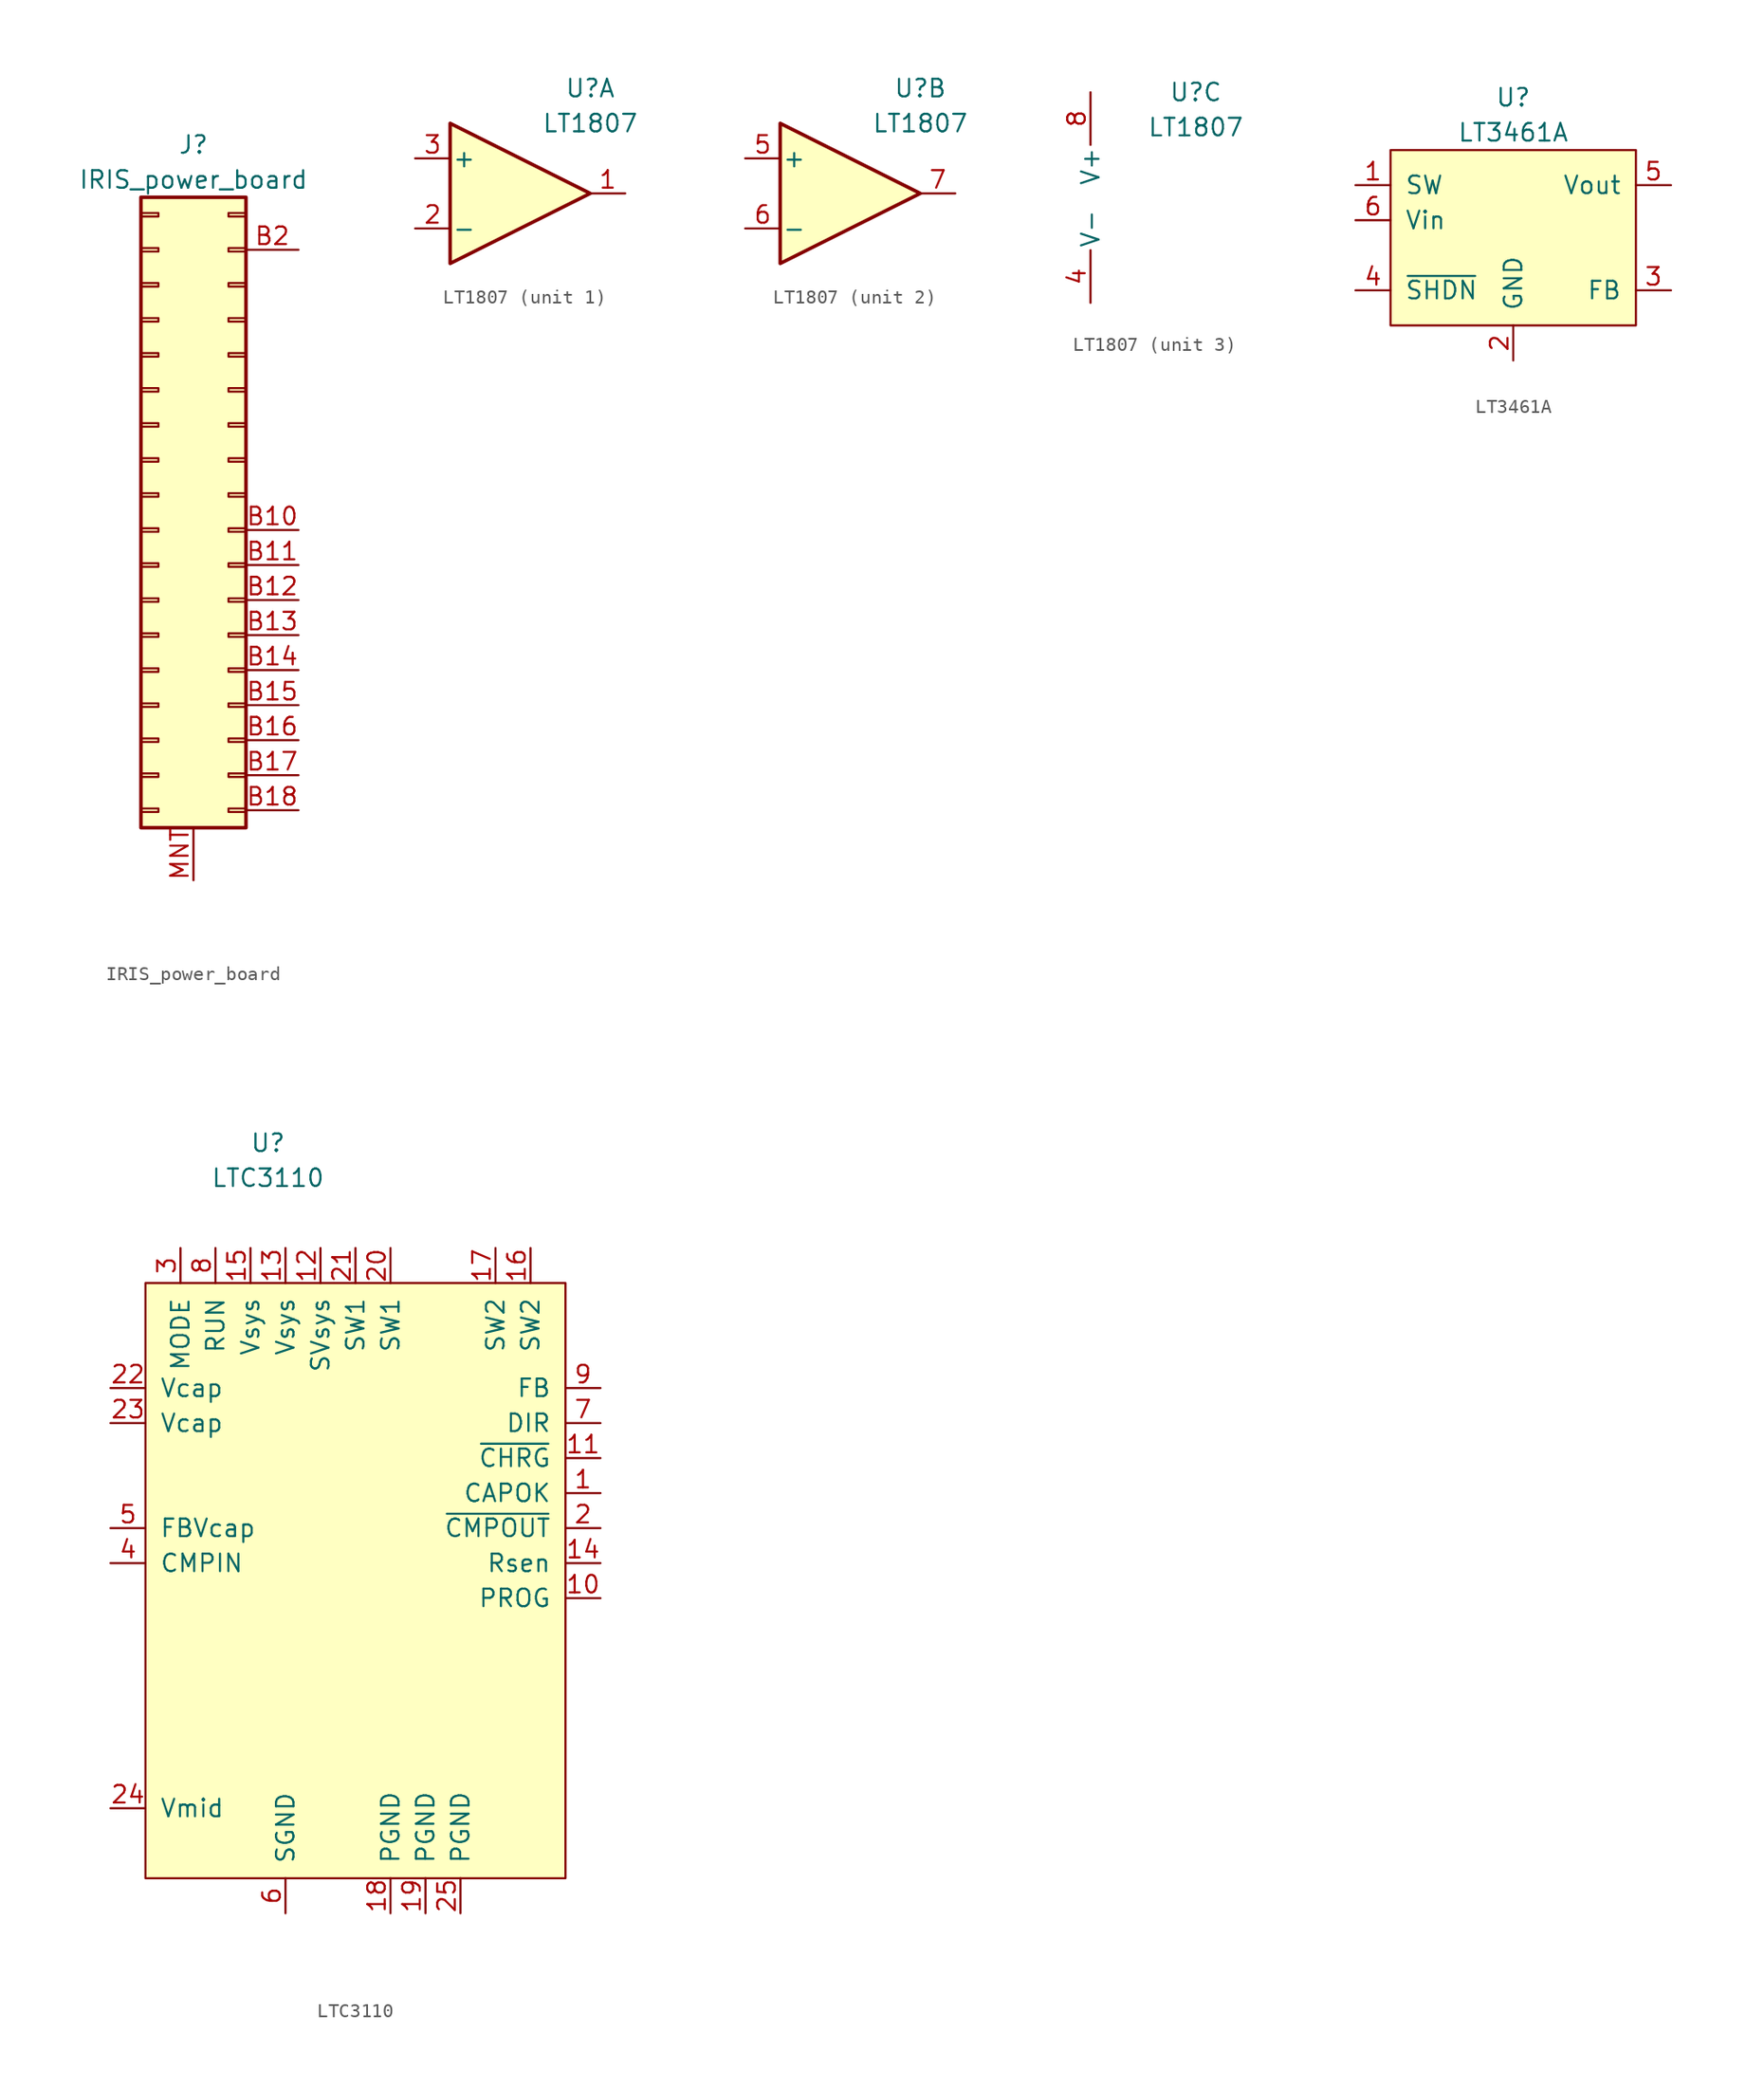
<source format=kicad_sym>
(kicad_symbol_lib
  (version 20211014)
  (generator kicad_symbol_editor)
  (symbol "IRIS_power_board"
    (pin_names
      (offset 1.016) hide)
    (property "Reference" "J"
      (at 0 26.67 0)
      (effects (font (size 1.27 1.27))))
    (property "Value" "IRIS_power_board"
      (at 0 24.13 0)
      (effects (font (size 1.27 1.27))))
    (symbol "IRIS_power_board_0_1"
      (rectangle (start -3.81 22.86) (end 3.81 -22.86) (stroke (width 0.254) (type default) (color 0 0 0 0)) (fill (type background))))
    (symbol "IRIS_power_board_1_1"
      (rectangle (start -3.81 -21.463) (end -2.54 -21.717) (stroke (width 0.152) (type default) (color 0 0 0 0)) (fill (type none)))
      (rectangle (start -3.81 -18.923) (end -2.54 -19.177) (stroke (width 0.152) (type default) (color 0 0 0 0)) (fill (type none)))
      (rectangle (start -3.81 -16.383) (end -2.54 -16.637) (stroke (width 0.152) (type default) (color 0 0 0 0)) (fill (type none)))
      (rectangle (start -3.81 -13.843) (end -2.54 -14.097) (stroke (width 0.152) (type default) (color 0 0 0 0)) (fill (type none)))
      (rectangle (start -3.81 -11.303) (end -2.54 -11.557) (stroke (width 0.152) (type default) (color 0 0 0 0)) (fill (type none)))
      (rectangle (start -3.81 -8.763) (end -2.54 -9.017) (stroke (width 0.152) (type default) (color 0 0 0 0)) (fill (type none)))
      (rectangle (start -3.81 -6.223) (end -2.54 -6.477) (stroke (width 0.152) (type default) (color 0 0 0 0)) (fill (type none)))
      (rectangle (start -3.81 -3.683) (end -2.54 -3.937) (stroke (width 0.152) (type default) (color 0 0 0 0)) (fill (type none)))
      (rectangle (start -3.81 -1.143) (end -2.54 -1.397) (stroke (width 0.152) (type default) (color 0 0 0 0)) (fill (type none)))
      (rectangle (start -3.81 1.397) (end -2.54 1.143) (stroke (width 0.152) (type default) (color 0 0 0 0)) (fill (type none)))
      (rectangle (start -3.81 3.937) (end -2.54 3.683) (stroke (width 0.152) (type default) (color 0 0 0 0)) (fill (type none)))
      (rectangle (start -3.81 6.477) (end -2.54 6.223) (stroke (width 0.152) (type default) (color 0 0 0 0)) (fill (type none)))
      (rectangle (start -3.81 9.017) (end -2.54 8.763) (stroke (width 0.152) (type default) (color 0 0 0 0)) (fill (type none)))
      (rectangle (start -3.81 11.557) (end -2.54 11.303) (stroke (width 0.152) (type default) (color 0 0 0 0)) (fill (type none)))
      (rectangle (start -3.81 14.097) (end -2.54 13.843) (stroke (width 0.152) (type default) (color 0 0 0 0)) (fill (type none)))
      (rectangle (start -3.81 16.637) (end -2.54 16.383) (stroke (width 0.152) (type default) (color 0 0 0 0)) (fill (type none)))
      (rectangle (start -3.81 19.177) (end -2.54 18.923) (stroke (width 0.152) (type default) (color 0 0 0 0)) (fill (type none)))
      (rectangle (start -3.81 21.717) (end -2.54 21.463) (stroke (width 0.152) (type default) (color 0 0 0 0)) (fill (type none)))
      (rectangle (start 3.81 -21.463) (end 2.54 -21.717) (stroke (width 0.152) (type default) (color 0 0 0 0)) (fill (type none)))
      (rectangle (start 3.81 -18.923) (end 2.54 -19.177) (stroke (width 0.152) (type default) (color 0 0 0 0)) (fill (type none)))
      (rectangle (start 3.81 -16.383) (end 2.54 -16.637) (stroke (width 0.152) (type default) (color 0 0 0 0)) (fill (type none)))
      (rectangle (start 3.81 -13.843) (end 2.54 -14.097) (stroke (width 0.152) (type default) (color 0 0 0 0)) (fill (type none)))
      (rectangle (start 3.81 -11.303) (end 2.54 -11.557) (stroke (width 0.152) (type default) (color 0 0 0 0)) (fill (type none)))
      (rectangle (start 3.81 -8.763) (end 2.54 -9.017) (stroke (width 0.152) (type default) (color 0 0 0 0)) (fill (type none)))
      (rectangle (start 3.81 -6.223) (end 2.54 -6.477) (stroke (width 0.152) (type default) (color 0 0 0 0)) (fill (type none)))
      (rectangle (start 3.81 -3.683) (end 2.54 -3.937) (stroke (width 0.152) (type default) (color 0 0 0 0)) (fill (type none)))
      (rectangle (start 3.81 -1.143) (end 2.54 -1.397) (stroke (width 0.152) (type default) (color 0 0 0 0)) (fill (type none)))
      (rectangle (start 3.81 1.397) (end 2.54 1.143) (stroke (width 0.152) (type default) (color 0 0 0 0)) (fill (type none)))
      (rectangle (start 3.81 3.937) (end 2.54 3.683) (stroke (width 0.152) (type default) (color 0 0 0 0)) (fill (type none)))
      (rectangle (start 3.81 6.477) (end 2.54 6.223) (stroke (width 0.152) (type default) (color 0 0 0 0)) (fill (type none)))
      (rectangle (start 3.81 9.017) (end 2.54 8.763) (stroke (width 0.152) (type default) (color 0 0 0 0)) (fill (type none)))
      (rectangle (start 3.81 11.557) (end 2.54 11.303) (stroke (width 0.152) (type default) (color 0 0 0 0)) (fill (type none)))
      (rectangle (start 3.81 14.097) (end 2.54 13.843) (stroke (width 0.152) (type default) (color 0 0 0 0)) (fill (type none)))
      (rectangle (start 3.81 16.637) (end 2.54 16.383) (stroke (width 0.152) (type default) (color 0 0 0 0)) (fill (type none)))
      (rectangle (start 3.81 19.177) (end 2.54 18.923) (stroke (width 0.152) (type default) (color 0 0 0 0)) (fill (type none)))
      (rectangle (start 3.81 21.717) (end 2.54 21.463) (stroke (width 0.152) (type default) (color 0 0 0 0)) (fill (type none)))
      (pin passive line (at 7.62 -1.27 180) (length 3.81) (name "Pin_b10" (effects (font (size 1.27 1.27)))) (number "B10" (effects (font (size 1.27 1.27)))))
      (pin passive line (at 7.62 -3.81 180) (length 3.81) (name "Pin_b11" (effects (font (size 1.27 1.27)))) (number "B11" (effects (font (size 1.27 1.27)))))
      (pin passive line (at 7.62 -6.35 180) (length 3.81) (name "Pin_b12" (effects (font (size 1.27 1.27)))) (number "B12" (effects (font (size 1.27 1.27)))))
      (pin passive line (at 7.62 -8.89 180) (length 3.81) (name "Pin_b13" (effects (font (size 1.27 1.27)))) (number "B13" (effects (font (size 1.27 1.27)))))
      (pin passive line (at 7.62 -11.43 180) (length 3.81) (name "Pin_b14" (effects (font (size 1.27 1.27)))) (number "B14" (effects (font (size 1.27 1.27)))))
      (pin passive line (at 7.62 -13.97 180) (length 3.81) (name "Pin_b15" (effects (font (size 1.27 1.27)))) (number "B15" (effects (font (size 1.27 1.27)))))
      (pin passive line (at 7.62 -16.51 180) (length 3.81) (name "Pin_b16" (effects (font (size 1.27 1.27)))) (number "B16" (effects (font (size 1.27 1.27)))))
      (pin passive line (at 7.62 -19.05 180) (length 3.81) (name "Pin_b17" (effects (font (size 1.27 1.27)))) (number "B17" (effects (font (size 1.27 1.27)))))
      (pin passive line (at 7.62 -21.59 180) (length 3.81) (name "Pin_b18" (effects (font (size 1.27 1.27)))) (number "B18" (effects (font (size 1.27 1.27)))))
      (pin passive line (at 7.62 19.05 180) (length 3.81) (name "Pin_b2" (effects (font (size 1.27 1.27)))) (number "B2" (effects (font (size 1.27 1.27)))))
      (pin input line (at 0 -26.67 90) (length 3.81) (name "~" (effects (font (size 1.27 1.27)))) (number "MNT" (effects (font (size 1.27 1.27)))))))
  (symbol "LT1807"
    (pin_names
      (offset 0.127))
    (property "Reference" "U"
      (at 5.08 7.62 0)
      (effects (font (size 1.27 1.27))))
    (property "Value" "LT1807"
      (at 5.08 5.08 0)
      (effects (font (size 1.27 1.27))))
    (property "ki_locked" ""
      (at 0 0 0)
      (effects (font (size 1.27 1.27))))
    (symbol "LT1807_1_1"
      (polyline (pts (xy -5.08 5.08) (xy -5.08 -5.08) (xy 5.08 0) (xy -5.08 5.08)) (stroke (width 0.254) (type default) (color 0 0 0 0)) (fill (type background)))
      (pin output line (at 7.62 0 180) (length 2.54) (name "~" (effects (font (size 1.27 1.27)))) (number "1" (effects (font (size 1.27 1.27)))))
      (pin input line (at -7.62 -2.54 0) (length 2.54) (name "-" (effects (font (size 1.27 1.27)))) (number "2" (effects (font (size 1.27 1.27)))))
      (pin input line (at -7.62 2.54 0) (length 2.54) (name "+" (effects (font (size 1.27 1.27)))) (number "3" (effects (font (size 1.27 1.27))))))
    (symbol "LT1807_2_1"
      (polyline (pts (xy -5.08 5.08) (xy -5.08 -5.08) (xy 5.08 0) (xy -5.08 5.08)) (stroke (width 0.254) (type default) (color 0 0 0 0)) (fill (type background)))
      (pin input line (at -7.62 2.54 0) (length 2.54) (name "+" (effects (font (size 1.27 1.27)))) (number "5" (effects (font (size 1.27 1.27)))))
      (pin input line (at -7.62 -2.54 0) (length 2.54) (name "-" (effects (font (size 1.27 1.27)))) (number "6" (effects (font (size 1.27 1.27)))))
      (pin output line (at 7.62 0 180) (length 2.54) (name "~" (effects (font (size 1.27 1.27)))) (number "7" (effects (font (size 1.27 1.27))))))
    (symbol "LT1807_3_1"
      (pin power_in line (at -2.54 -7.62 90) (length 3.81) (name "V-" (effects (font (size 1.27 1.27)))) (number "4" (effects (font (size 1.27 1.27)))))
      (pin power_in line (at -2.54 7.62 270) (length 3.81) (name "V+" (effects (font (size 1.27 1.27)))) (number "8" (effects (font (size 1.27 1.27)))))))
  (symbol "LT3461A"
    (pin_names
      (offset 1.016))
    (property "Reference" "U"
      (at 0 10.16 0)
      (effects (font (size 1.27 1.27))))
    (property "Value" "LT3461A"
      (at 0 7.62 0)
      (effects (font (size 1.27 1.27))))
    (symbol "LT3461A_0_1"
      (rectangle (start 8.89 -6.35) (end -8.89 6.35) (stroke (width 0) (type default) (color 0 0 0 0)) (fill (type background))))
    (symbol "LT3461A_1_1"
      (pin input line (at -11.43 3.81 0) (length 2.54) (name "SW" (effects (font (size 1.27 1.27)))) (number "1" (effects (font (size 1.27 1.27)))))
      (pin power_in line (at 0 -8.89 90) (length 2.54) (name "GND" (effects (font (size 1.27 1.27)))) (number "2" (effects (font (size 1.27 1.27)))))
      (pin input line (at 11.43 -3.81 180) (length 2.54) (name "FB" (effects (font (size 1.27 1.27)))) (number "3" (effects (font (size 1.27 1.27)))))
      (pin input line (at -11.43 -3.81 0) (length 2.54) (name "~{SHDN}" (effects (font (size 1.27 1.27)))) (number "4" (effects (font (size 1.27 1.27)))))
      (pin power_out line (at 11.43 3.81 180) (length 2.54) (name "Vout" (effects (font (size 1.27 1.27)))) (number "5" (effects (font (size 1.27 1.27)))))
      (pin power_in line (at -11.43 1.27 0) (length 2.54) (name "Vin" (effects (font (size 1.27 1.27)))) (number "6" (effects (font (size 1.27 1.27)))))))
  (symbol "LTC3110"
    (pin_names
      (offset 1.016))
    (property "Reference" "U"
      (at -6.35 33.02 0)
      (effects (font (size 1.27 1.27))))
    (property "Value" "LTC3110"
      (at -6.35 30.48 0)
      (effects (font (size 1.27 1.27))))
    (symbol "LTC3110_0_1"
      (rectangle (start -15.24 22.86) (end 15.24 -20.32) (stroke (width 0) (type default) (color 0 0 0 0)) (fill (type background))))
    (symbol "LTC3110_1_1"
      (pin output line (at 17.78 7.62 180) (length 2.54) (name "CAPOK" (effects (font (size 1.27 1.27)))) (number "1" (effects (font (size 1.27 1.27)))))
      (pin input line (at 17.78 0 180) (length 2.54) (name "PROG" (effects (font (size 1.27 1.27)))) (number "10" (effects (font (size 1.27 1.27)))))
      (pin output line (at 17.78 10.16 180) (length 2.54) (name "~{CHRG}" (effects (font (size 1.27 1.27)))) (number "11" (effects (font (size 1.27 1.27)))))
      (pin input line (at -2.54 25.4 270) (length 2.54) (name "SVsys" (effects (font (size 1.27 1.27)))) (number "12" (effects (font (size 1.27 1.27)))))
      (pin power_in line (at -5.08 25.4 270) (length 2.54) (name "Vsys" (effects (font (size 1.27 1.27)))) (number "13" (effects (font (size 1.27 1.27)))))
      (pin input line (at 17.78 2.54 180) (length 2.54) (name "Rsen" (effects (font (size 1.27 1.27)))) (number "14" (effects (font (size 1.27 1.27)))))
      (pin power_in line (at -7.62 25.4 270) (length 2.54) (name "Vsys" (effects (font (size 1.27 1.27)))) (number "15" (effects (font (size 1.27 1.27)))))
      (pin input line (at 12.7 25.4 270) (length 2.54) (name "SW2" (effects (font (size 1.27 1.27)))) (number "16" (effects (font (size 1.27 1.27)))))
      (pin input line (at 10.16 25.4 270) (length 2.54) (name "SW2" (effects (font (size 1.27 1.27)))) (number "17" (effects (font (size 1.27 1.27)))))
      (pin power_in line (at 2.54 -22.86 90) (length 2.54) (name "PGND" (effects (font (size 1.27 1.27)))) (number "18" (effects (font (size 1.27 1.27)))))
      (pin power_in line (at 5.08 -22.86 90) (length 2.54) (name "PGND" (effects (font (size 1.27 1.27)))) (number "19" (effects (font (size 1.27 1.27)))))
      (pin output line (at 17.78 5.08 180) (length 2.54) (name "~{CMPOUT}" (effects (font (size 1.27 1.27)))) (number "2" (effects (font (size 1.27 1.27)))))
      (pin input line (at 2.54 25.4 270) (length 2.54) (name "SW1" (effects (font (size 1.27 1.27)))) (number "20" (effects (font (size 1.27 1.27)))))
      (pin input line (at 0 25.4 270) (length 2.54) (name "SW1" (effects (font (size 1.27 1.27)))) (number "21" (effects (font (size 1.27 1.27)))))
      (pin input line (at -17.78 15.24 0) (length 2.54) (name "Vcap" (effects (font (size 1.27 1.27)))) (number "22" (effects (font (size 1.27 1.27)))))
      (pin input line (at -17.78 12.7 0) (length 2.54) (name "Vcap" (effects (font (size 1.27 1.27)))) (number "23" (effects (font (size 1.27 1.27)))))
      (pin output line (at -17.78 -15.24 0) (length 2.54) (name "Vmid" (effects (font (size 1.27 1.27)))) (number "24" (effects (font (size 1.27 1.27)))))
      (pin power_in line (at 7.62 -22.86 90) (length 2.54) (name "PGND" (effects (font (size 1.27 1.27)))) (number "25" (effects (font (size 1.27 1.27)))))
      (pin input line (at -12.7 25.4 270) (length 2.54) (name "MODE" (effects (font (size 1.27 1.27)))) (number "3" (effects (font (size 1.27 1.27)))))
      (pin input line (at -17.78 2.54 0) (length 2.54) (name "CMPIN" (effects (font (size 1.27 1.27)))) (number "4" (effects (font (size 1.27 1.27)))))
      (pin input line (at -17.78 5.08 0) (length 2.54) (name "FBVcap" (effects (font (size 1.27 1.27)))) (number "5" (effects (font (size 1.27 1.27)))))
      (pin power_in line (at -5.08 -22.86 90) (length 2.54) (name "SGND" (effects (font (size 1.27 1.27)))) (number "6" (effects (font (size 1.27 1.27)))))
      (pin input line (at 17.78 12.7 180) (length 2.54) (name "DIR" (effects (font (size 1.27 1.27)))) (number "7" (effects (font (size 1.27 1.27)))))
      (pin input line (at -10.16 25.4 270) (length 2.54) (name "RUN" (effects (font (size 1.27 1.27)))) (number "8" (effects (font (size 1.27 1.27)))))
      (pin input line (at 17.78 15.24 180) (length 2.54) (name "FB" (effects (font (size 1.27 1.27)))) (number "9" (effects (font (size 1.27 1.27))))))))
</source>
